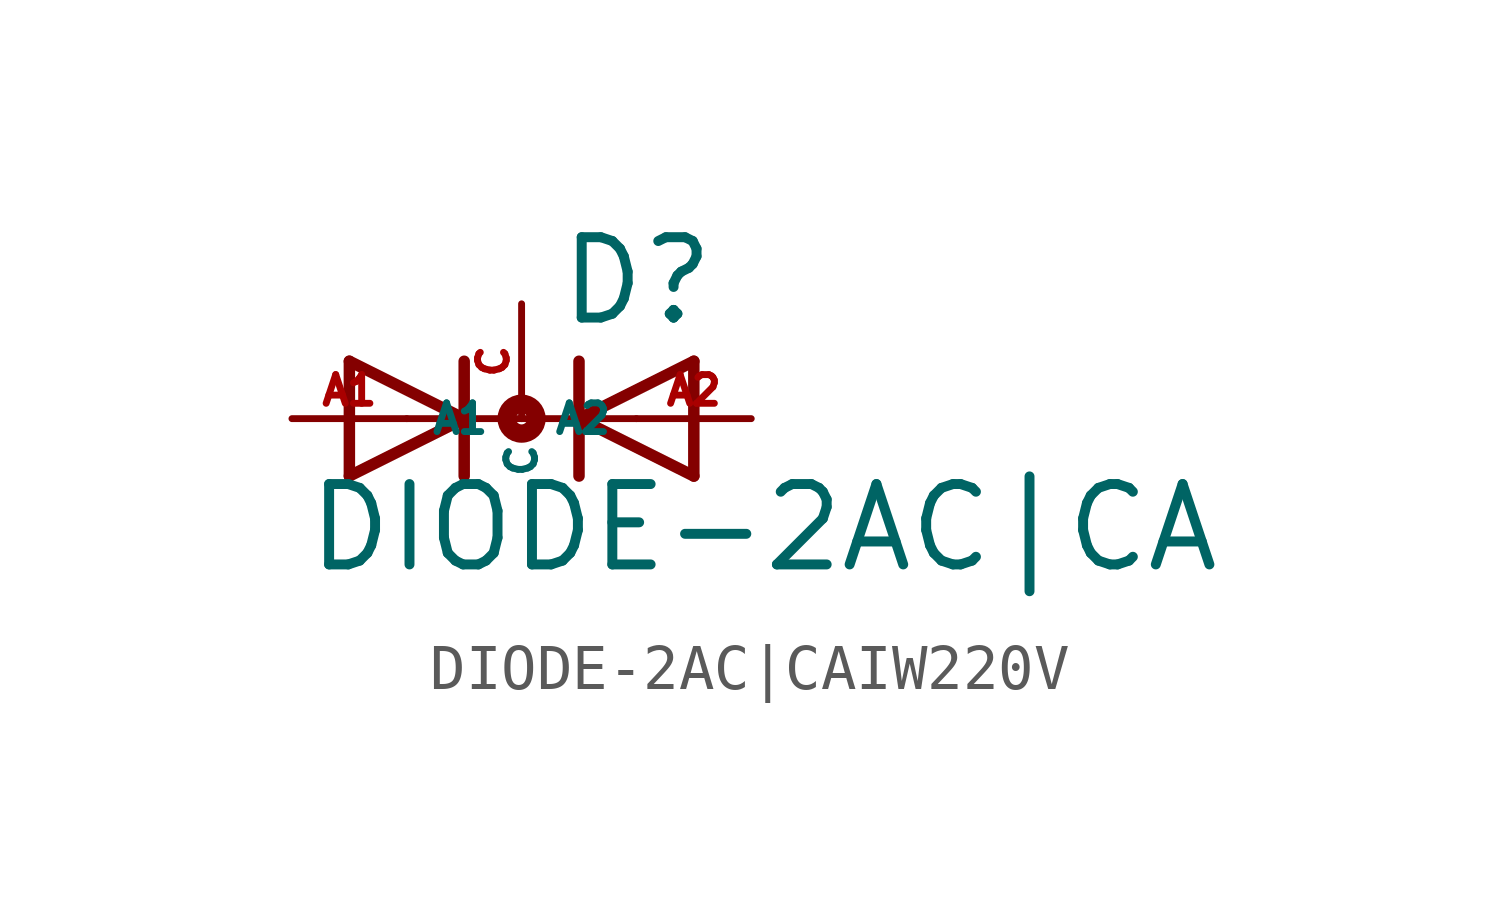
<source format=kicad_sym>
(kicad_symbol_lib
  (version 20220914)
  (generator Eagle2Kicad)
  (symbol "DIODE-2AC|CAIW220V"
    (property "Reference" "D"
      (at 0.762 2.007 0)
      (effects (font (size 1.778 1.778) (thickness 0.22)) (justify left bottom)))
    (property "Value" "DIODE-2AC|CA"
      (at -4.826 -3.454 0)
      (effects (font (size 1.778 1.778) (thickness 0.22)) (justify left bottom)))
    (polyline
      (pts (xy -3.81 -1.27) (xy -1.27 0))
      (stroke (width 0.254) (type default))
      (fill (type none)))
    (polyline
      (pts (xy -1.27 0) (xy -3.81 1.27))
      (stroke (width 0.254) (type default))
      (fill (type none)))
    (polyline
      (pts (xy -1.27 1.27) (xy -1.27 0))
      (stroke (width 0.254) (type default))
      (fill (type none)))
    (polyline
      (pts (xy -2.54 0) (xy -1.27 0))
      (stroke (width 0.152) (type default))
      (fill (type none)))
    (polyline
      (pts (xy -3.81 1.27) (xy -3.81 -1.27))
      (stroke (width 0.254) (type default))
      (fill (type none)))
    (polyline
      (pts (xy -1.27 0) (xy -1.27 -1.27))
      (stroke (width 0.254) (type default))
      (fill (type none)))
    (polyline
      (pts (xy 3.81 1.27) (xy 1.27 0))
      (stroke (width 0.254) (type default))
      (fill (type none)))
    (polyline
      (pts (xy 1.27 0) (xy 3.81 -1.27))
      (stroke (width 0.254) (type default))
      (fill (type none)))
    (polyline
      (pts (xy 1.27 -1.27) (xy 1.27 0))
      (stroke (width 0.254) (type default))
      (fill (type none)))
    (polyline
      (pts (xy -1.27 0) (xy 1.27 0))
      (stroke (width 0.152) (type default))
      (fill (type none)))
    (polyline
      (pts (xy 2.54 0) (xy 1.27 0))
      (stroke (width 0.152) (type default))
      (fill (type none)))
    (polyline
      (pts (xy 3.81 -1.27) (xy 3.81 1.27))
      (stroke (width 0.254) (type default))
      (fill (type none)))
    (polyline
      (pts (xy 1.27 0) (xy 1.27 1.27))
      (stroke (width 0.254) (type default))
      (fill (type none)))
    (circle
      (center 0 0)
      (radius 0.127)
      (stroke (width 0.406) (type default))
      (fill (type none)))
    (pin passive line
      (at -5.08 0 0)
      (length 2.54)
      (name "A1" (effects (font (size 0.635 0.635) (thickness 0.08)) (justify left bottom)))
      (number "A1" (effects (font (size 0.635 0.635) (thickness 0.08)) (justify left bottom))))
    (pin passive line
      (at 5.08 0 180)
      (length 2.54)
      (name "A2" (effects (font (size 0.635 0.635) (thickness 0.08)) (justify left bottom)))
      (number "A2" (effects (font (size 0.635 0.635) (thickness 0.08)) (justify left bottom))))
    (pin passive line
      (at 0 2.54 270)
      (length 2.54)
      (name "C" (effects (font (size 0.635 0.635) (thickness 0.08)) (justify left bottom)))
      (number "C" (effects (font (size 0.635 0.635) (thickness 0.08)) (justify left bottom))))))
</source>
